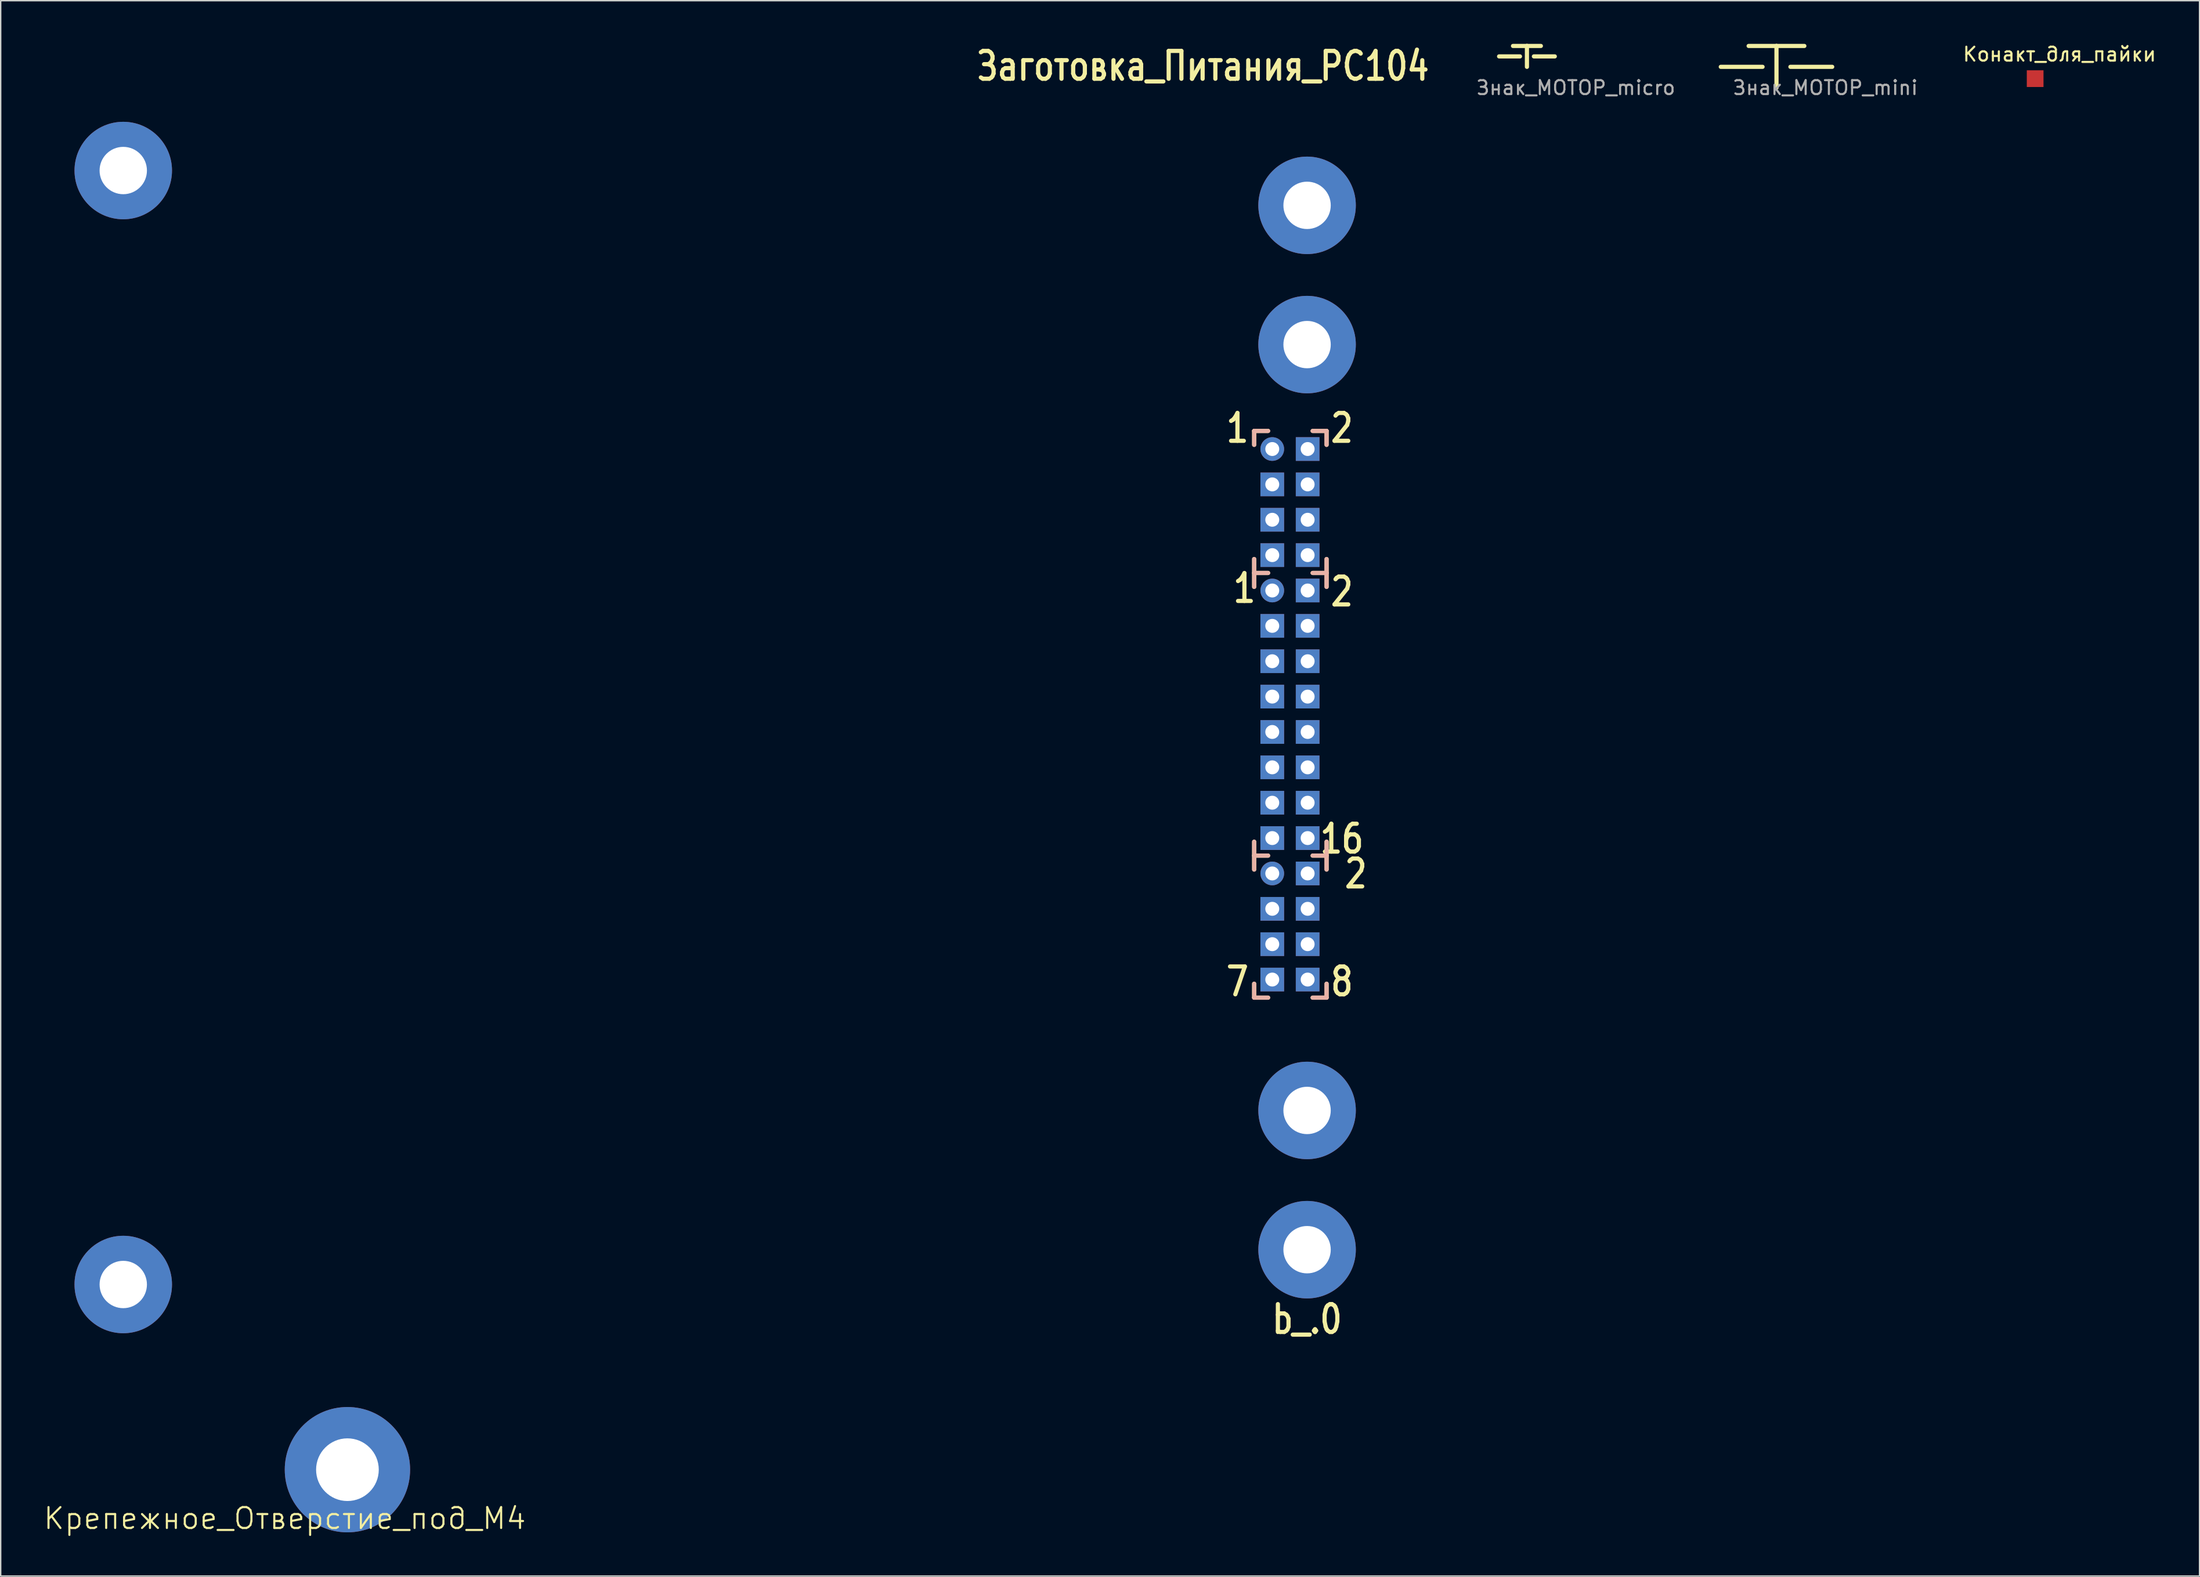
<source format=kicad_pcb>
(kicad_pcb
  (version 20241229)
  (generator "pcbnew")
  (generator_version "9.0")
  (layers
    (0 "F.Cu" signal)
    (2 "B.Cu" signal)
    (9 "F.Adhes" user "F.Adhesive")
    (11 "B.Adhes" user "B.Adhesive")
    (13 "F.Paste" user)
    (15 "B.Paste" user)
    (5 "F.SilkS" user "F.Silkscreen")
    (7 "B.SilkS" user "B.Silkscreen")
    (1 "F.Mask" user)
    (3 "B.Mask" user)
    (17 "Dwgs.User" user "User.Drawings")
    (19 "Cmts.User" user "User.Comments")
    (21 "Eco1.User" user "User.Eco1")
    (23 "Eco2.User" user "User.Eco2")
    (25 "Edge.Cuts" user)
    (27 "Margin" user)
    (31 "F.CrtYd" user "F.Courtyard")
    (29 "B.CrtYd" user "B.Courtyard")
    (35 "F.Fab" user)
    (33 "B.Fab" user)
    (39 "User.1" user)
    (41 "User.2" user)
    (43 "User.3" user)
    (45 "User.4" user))
  (footprint "Знак_МОТОР_mini"
    (layer "F.Cu")
    (at 124.504 0.25)
    (property "Reference" "Знак_МОТОР_mini" (at 3.5 3 0) (layer "F.Fab") (effects (font (size 1 1) (thickness 0.15))))
    (attr through_hole)
    (fp_line (start -1 1.5) (end -4 1.5) (stroke (width 0.3) (type solid)) (layer "F.SilkS"))
    (fp_line (start 0 0) (end -2 0) (stroke (width 0.3) (type solid)) (layer "F.SilkS"))
    (fp_line (start 0 0) (end 0 3) (stroke (width 0.3) (type solid)) (layer "F.SilkS"))
    (fp_line (start 0 0) (end 2 0) (stroke (width 0.3) (type solid)) (layer "F.SilkS"))
    (fp_line (start 1 1.5) (end 4 1.5) (stroke (width 0.3) (type solid)) (layer "F.SilkS")))
  (footprint "Крепежное_Отверстие_под_М4"
    (layer "F.Cu")
    (at 21.896 102.496)
    (property "Reference" "Крепежное_Отверстие_под_М4" (at -4.5 3.5 0) (layer "F.SilkS") (effects (font (size 1.5 1.5) (thickness 0.15))))
    (attr through_hole)
    (pad "1" thru_hole circle (at 0 0) (size 9 9) (drill 4.5) (layers "*.Cu" "*.Paste" "*.Mask")))
  (footprint "Знак_МОТОР_micro"
    (layer "F.Cu")
    (at 106.586 0.25)
    (property "Reference" "Знак_МОТОР_micro" (at 3.5 3 0) (layer "F.Fab") (effects (font (size 1 1) (thickness 0.15))))
    (attr through_hole)
    (fp_line (start -0.5 0.75) (end -2 0.75) (stroke (width 0.3) (type solid)) (layer "F.SilkS"))
    (fp_line (start 0 0) (end -1 0) (stroke (width 0.3) (type solid)) (layer "F.SilkS"))
    (fp_line (start 0 0) (end 0 1.5) (stroke (width 0.3) (type solid)) (layer "F.SilkS"))
    (fp_line (start 0 0) (end 1 0) (stroke (width 0.3) (type solid)) (layer "F.SilkS"))
    (fp_line (start 0.5 0.75) (end 2 0.75) (stroke (width 0.3) (type solid)) (layer "F.SilkS")))
  (footprint "Конакт_для_пайки"
    (layer "F.Cu")
    (at 143.076 2.598)
    (property "Reference" "Конакт_для_пайки" (at 1.75 -1.75 0) (layer "F.SilkS") (effects (font (size 1 1) (thickness 0.15))))
    (attr through_hole)
    (pad "1" connect rect (at 0 0) (size 1.2 1.2) (layers "F.Cu" "F.Mask")))
  (footprint "Заготовка_Питания_PC104"
    (layer "F.Cu")
    (at 0.8 94.197)
    (property "Reference" "Заготовка_Питания_PC104" (at 82.5 -92.5 0) (layer "F.SilkS") (effects (font (size 2 1.6) (thickness 0.3))))
    (attr through_hole)
    (fp_line (start 0 -87.5) (end 2.5 -90) (stroke (width 1.6) (type solid)) (layer "F.Mask"))
    (fp_line (start 0 0) (end 0 -87.5) (stroke (width 1.6) (type solid)) (layer "F.Mask"))
    (fp_line (start 2.5 -90) (end 95 -90) (stroke (width 1.6) (type solid)) (layer "F.Mask"))
    (fp_line (start 95 0) (end 0 0) (stroke (width 1.6) (type solid)) (layer "F.Mask"))
    (fp_line (start 95 0) (end 95 -90) (stroke (width 1.6) (type solid)) (layer "F.Mask"))
    (fp_line (start 0 -87.5) (end 2.5 -90) (stroke (width 1.6) (type solid)) (layer "B.Mask"))
    (fp_line (start 0 0) (end 0 -87.5) (stroke (width 1.6) (type solid)) (layer "B.Mask"))
    (fp_line (start 0 0) (end 95 0) (stroke (width 1.6) (type solid)) (layer "B.Mask"))
    (fp_line (start 2.5 -90) (end 95 -90) (stroke (width 1.6) (type solid)) (layer "B.Mask"))
    (fp_line (start 2.5 -90) (end 95 -90) (stroke (width 1.6) (type solid)) (layer "B.Mask"))
    (fp_line (start 95 -90) (end 95 0) (stroke (width 1.6) (type solid)) (layer "B.Mask"))
    (fp_line (start 86.2 -66.3) (end 86.2 -65.3) (stroke (width 0.3) (type solid)) (layer "F.SilkS"))
    (fp_line (start 86.2 -57.1) (end 86.2 -55.1) (stroke (width 0.3) (type solid)) (layer "F.SilkS"))
    (fp_line (start 86.2 -35.8) (end 86.2 -36.8) (stroke (width 0.3) (type solid)) (layer "F.SilkS"))
    (fp_line (start 86.2 -35.8) (end 87.2 -35.8) (stroke (width 0.3) (type solid)) (layer "F.SilkS"))
    (fp_line (start 86.2 -34.8) (end 86.2 -35.8) (stroke (width 0.3) (type solid)) (layer "F.SilkS"))
    (fp_line (start 86.2 -25.6) (end 86.2 -26.6) (stroke (width 0.3) (type solid)) (layer "F.SilkS"))
    (fp_line (start 87.2 -66.3) (end 86.2 -66.3) (stroke (width 0.3) (type solid)) (layer "F.SilkS"))
    (fp_line (start 87.2 -56.1) (end 86.2 -56.1) (stroke (width 0.3) (type solid)) (layer "F.SilkS"))
    (fp_line (start 87.2 -25.6) (end 86.2 -25.6) (stroke (width 0.3) (type solid)) (layer "F.SilkS"))
    (fp_line (start 90.4 -66.3) (end 91.4 -66.3) (stroke (width 0.3) (type solid)) (layer "F.SilkS"))
    (fp_line (start 90.4 -56.1) (end 91.4 -56.1) (stroke (width 0.3) (type solid)) (layer "F.SilkS"))
    (fp_line (start 90.4 -35.8) (end 91.4 -35.8) (stroke (width 0.3) (type solid)) (layer "F.SilkS"))
    (fp_line (start 90.4 -25.6) (end 91.4 -25.6) (stroke (width 0.3) (type solid)) (layer "F.SilkS"))
    (fp_line (start 91.4 -66.3) (end 91.4 -65.3) (stroke (width 0.3) (type solid)) (layer "F.SilkS"))
    (fp_line (start 91.4 -57.1) (end 91.4 -55.1) (stroke (width 0.3) (type solid)) (layer "F.SilkS"))
    (fp_line (start 91.4 -36.8) (end 91.4 -34.8) (stroke (width 0.3) (type solid)) (layer "F.SilkS"))
    (fp_line (start 91.4 -25.6) (end 91.4 -26.6) (stroke (width 0.3) (type solid)) (layer "F.SilkS"))
    (fp_line (start 86.2 -66.3) (end 87.2 -66.3) (stroke (width 0.3) (type solid)) (layer "B.SilkS"))
    (fp_line (start 86.2 -65.3) (end 86.2 -66.3) (stroke (width 0.3) (type solid)) (layer "B.SilkS"))
    (fp_line (start 86.2 -56.1) (end 86.2 -57.1) (stroke (width 0.3) (type solid)) (layer "B.SilkS"))
    (fp_line (start 86.2 -56.1) (end 86.2 -55.1) (stroke (width 0.3) (type solid)) (layer "B.SilkS"))
    (fp_line (start 86.2 -56.1) (end 87.2 -56.1) (stroke (width 0.3) (type solid)) (layer "B.SilkS"))
    (fp_line (start 86.2 -36.8) (end 86.2 -34.8) (stroke (width 0.3) (type solid)) (layer "B.SilkS"))
    (fp_line (start 86.2 -35.8) (end 87.2 -35.8) (stroke (width 0.3) (type solid)) (layer "B.SilkS"))
    (fp_line (start 86.2 -26.6) (end 86.2 -25.6) (stroke (width 0.3) (type solid)) (layer "B.SilkS"))
    (fp_line (start 86.2 -25.6) (end 87.2 -25.6) (stroke (width 0.3) (type solid)) (layer "B.SilkS"))
    (fp_line (start 90.4 -66.3) (end 91.4 -66.3) (stroke (width 0.3) (type solid)) (layer "B.SilkS"))
    (fp_line (start 90.4 -56.1) (end 91.4 -56.1) (stroke (width 0.3) (type solid)) (layer "B.SilkS"))
    (fp_line (start 90.4 -35.8) (end 91.4 -35.8) (stroke (width 0.3) (type solid)) (layer "B.SilkS"))
    (fp_line (start 90.4 -25.6) (end 91.4 -25.6) (stroke (width 0.3) (type solid)) (layer "B.SilkS"))
    (fp_line (start 91.4 -66.3) (end 91.4 -65.3) (stroke (width 0.3) (type solid)) (layer "B.SilkS"))
    (fp_line (start 91.4 -56.1) (end 91.4 -57.1) (stroke (width 0.3) (type solid)) (layer "B.SilkS"))
    (fp_line (start 91.4 -56.1) (end 91.4 -55.1) (stroke (width 0.3) (type solid)) (layer "B.SilkS"))
    (fp_line (start 91.4 -35.8) (end 91.4 -36.8) (stroke (width 0.3) (type solid)) (layer "B.SilkS"))
    (fp_line (start 91.4 -35.8) (end 91.4 -34.8) (stroke (width 0.3) (type solid)) (layer "B.SilkS"))
    (fp_line (start 91.4 -25.6) (end 91.4 -26.6) (stroke (width 0.3) (type solid)) (layer "B.SilkS"))
    (fp_text user "2" (at 92.5 -54.75 0) (layer "F.SilkS") (effects (font (size 2 1.6) (thickness 0.3))))
    (fp_text user "2" (at 92.5 -66.5 0) (layer "F.SilkS") (effects (font (size 2 1.6) (thickness 0.3))))
    (fp_text user "1" (at 85 -66.5 0) (layer "F.SilkS") (effects (font (size 2 1.6) (thickness 0.3))))
    (fp_text user "b_.0" (at 90 -2.5 0) (layer "F.SilkS") (effects (font (size 2 1.6) (thickness 0.3))))
    (fp_text user "8" (at 92.5 -26.75 0) (layer "F.SilkS") (effects (font (size 2 1.6) (thickness 0.3))))
    (fp_text user "1" (at 85.5 -55 0) (layer "F.SilkS") (effects (font (size 2 1.6) (thickness 0.3))))
    (fp_text user "7" (at 85 -26.75 0) (layer "F.SilkS") (effects (font (size 2 1.6) (thickness 0.3))))
    (fp_text user "16" (at 92.5 -37 0) (layer "F.SilkS") (effects (font (size 2 1.6) (thickness 0.3))))
    (fp_text user "2" (at 93.5 -34.5 0) (layer "F.SilkS") (effects (font (size 2 1.6) (thickness 0.3))))
    (pad "0" thru_hole circle (at 5 -85) (size 7 7) (drill 3.4) (layers "*.Cu" "*.Mask"))
    (pad "0" thru_hole circle (at 5 -5) (size 7 7) (drill 3.4) (layers "*.Cu" "*.Mask"))
    (pad "0" thru_hole circle (at 90 -82.5) (size 7 7) (drill 3.4) (layers "*.Cu" "*.Mask"))
    (pad "0" thru_hole circle (at 90 -72.5) (size 7 7) (drill 3.4) (layers "*.Cu" "*.Mask"))
    (pad "0" thru_hole circle (at 90 -17.5) (size 7 7) (drill 3.4) (layers "*.Cu" "*.Mask"))
    (pad "0" thru_hole circle (at 90 -7.5) (size 7 7) (drill 3.4) (layers "*.Cu" "*.Mask"))
    (pad "1" thru_hole circle (at 87.5 -65) (size 1.7 1.7) (drill 1) (layers "*.Cu" "*.Mask"))
    (pad "1" thru_hole circle (at 87.5 -54.84) (size 1.7 1.7) (drill 1) (layers "*.Cu" "*.Mask"))
    (pad "2" thru_hole rect (at 90.04 -65) (size 1.7 1.7) (drill 1) (layers "*.Cu" "*.Mask"))
    (pad "2" thru_hole rect (at 90.04 -54.84) (size 1.7 1.7) (drill 1) (layers "*.Cu" "*.Mask"))
    (pad "3" thru_hole rect (at 87.5 -62.46) (size 1.7 1.7) (drill 1) (layers "*.Cu" "*.Mask"))
    (pad "3" thru_hole rect (at 87.5 -52.3) (size 1.7 1.7) (drill 1) (layers "*.Cu" "*.Mask"))
    (pad "4" thru_hole rect (at 90.04 -62.46) (size 1.7 1.7) (drill 1) (layers "*.Cu" "*.Mask"))
    (pad "4" thru_hole rect (at 90.04 -52.3) (size 1.7 1.7) (drill 1) (layers "*.Cu" "*.Mask"))
    (pad "5" thru_hole rect (at 87.5 -59.92) (size 1.7 1.7) (drill 1) (layers "*.Cu" "*.Mask"))
    (pad "5" thru_hole rect (at 87.5 -49.76) (size 1.7 1.7) (drill 1) (layers "*.Cu" "*.Mask"))
    (pad "6" thru_hole rect (at 90.04 -59.92) (size 1.7 1.7) (drill 1) (layers "*.Cu" "*.Mask"))
    (pad "6" thru_hole rect (at 90.04 -49.76) (size 1.7 1.7) (drill 1) (layers "*.Cu" "*.Mask"))
    (pad "7" thru_hole rect (at 87.5 -57.38) (size 1.7 1.7) (drill 1) (layers "*.Cu" "*.Mask"))
    (pad "7" thru_hole rect (at 87.5 -47.22) (size 1.7 1.7) (drill 1) (layers "*.Cu" "*.Mask"))
    (pad "8" thru_hole rect (at 90.04 -57.38) (size 1.7 1.7) (drill 1) (layers "*.Cu" "*.Mask"))
    (pad "8" thru_hole rect (at 90.04 -47.22) (size 1.7 1.7) (drill 1) (layers "*.Cu" "*.Mask"))
    (pad "9" thru_hole rect (at 87.5 -44.68) (size 1.7 1.7) (drill 1) (layers "*.Cu" "*.Mask"))
    (pad "9" thru_hole circle (at 87.5 -34.52) (size 1.7 1.7) (drill 1) (layers "*.Cu" "*.Mask"))
    (pad "10" thru_hole rect (at 90.04 -44.68) (size 1.7 1.7) (drill 1) (layers "*.Cu" "*.Mask"))
    (pad "10" thru_hole rect (at 90.04 -34.52) (size 1.7 1.7) (drill 1) (layers "*.Cu" "*.Mask"))
    (pad "11" thru_hole rect (at 87.5 -42.14) (size 1.7 1.7) (drill 1) (layers "*.Cu" "*.Mask"))
    (pad "11" thru_hole rect (at 87.5 -31.98) (size 1.7 1.7) (drill 1) (layers "*.Cu" "*.Mask"))
    (pad "12" thru_hole rect (at 90.04 -42.14) (size 1.7 1.7) (drill 1) (layers "*.Cu" "*.Mask"))
    (pad "12" thru_hole rect (at 90.04 -31.98) (size 1.7 1.7) (drill 1) (layers "*.Cu" "*.Mask"))
    (pad "13" thru_hole rect (at 87.5 -39.6) (size 1.7 1.7) (drill 1) (layers "*.Cu" "*.Mask"))
    (pad "13" thru_hole rect (at 87.5 -29.44) (size 1.7 1.7) (drill 1) (layers "*.Cu" "*.Mask"))
    (pad "14" thru_hole rect (at 90.04 -39.6) (size 1.7 1.7) (drill 1) (layers "*.Cu" "*.Mask"))
    (pad "14" thru_hole rect (at 90.04 -29.44) (size 1.7 1.7) (drill 1) (layers "*.Cu" "*.Mask"))
    (pad "15" thru_hole rect (at 87.5 -37.06) (size 1.7 1.7) (drill 1) (layers "*.Cu" "*.Mask"))
    (pad "15" thru_hole rect (at 87.5 -26.9) (size 1.7 1.7) (drill 1) (layers "*.Cu" "*.Mask"))
    (pad "16" thru_hole rect (at 90.04 -37.06) (size 1.7 1.7) (drill 1) (layers "*.Cu" "*.Mask"))
    (pad "16" thru_hole rect (at 90.04 -26.9) (size 1.7 1.7) (drill 1) (layers "*.Cu" "*.Mask")))
  (gr_rect
    (start -3 -3)
    (end 154.879 110.137)
    (stroke (width 0.1) (type default))
    (fill no)
    (layer "Edge.Cuts")))
</source>
